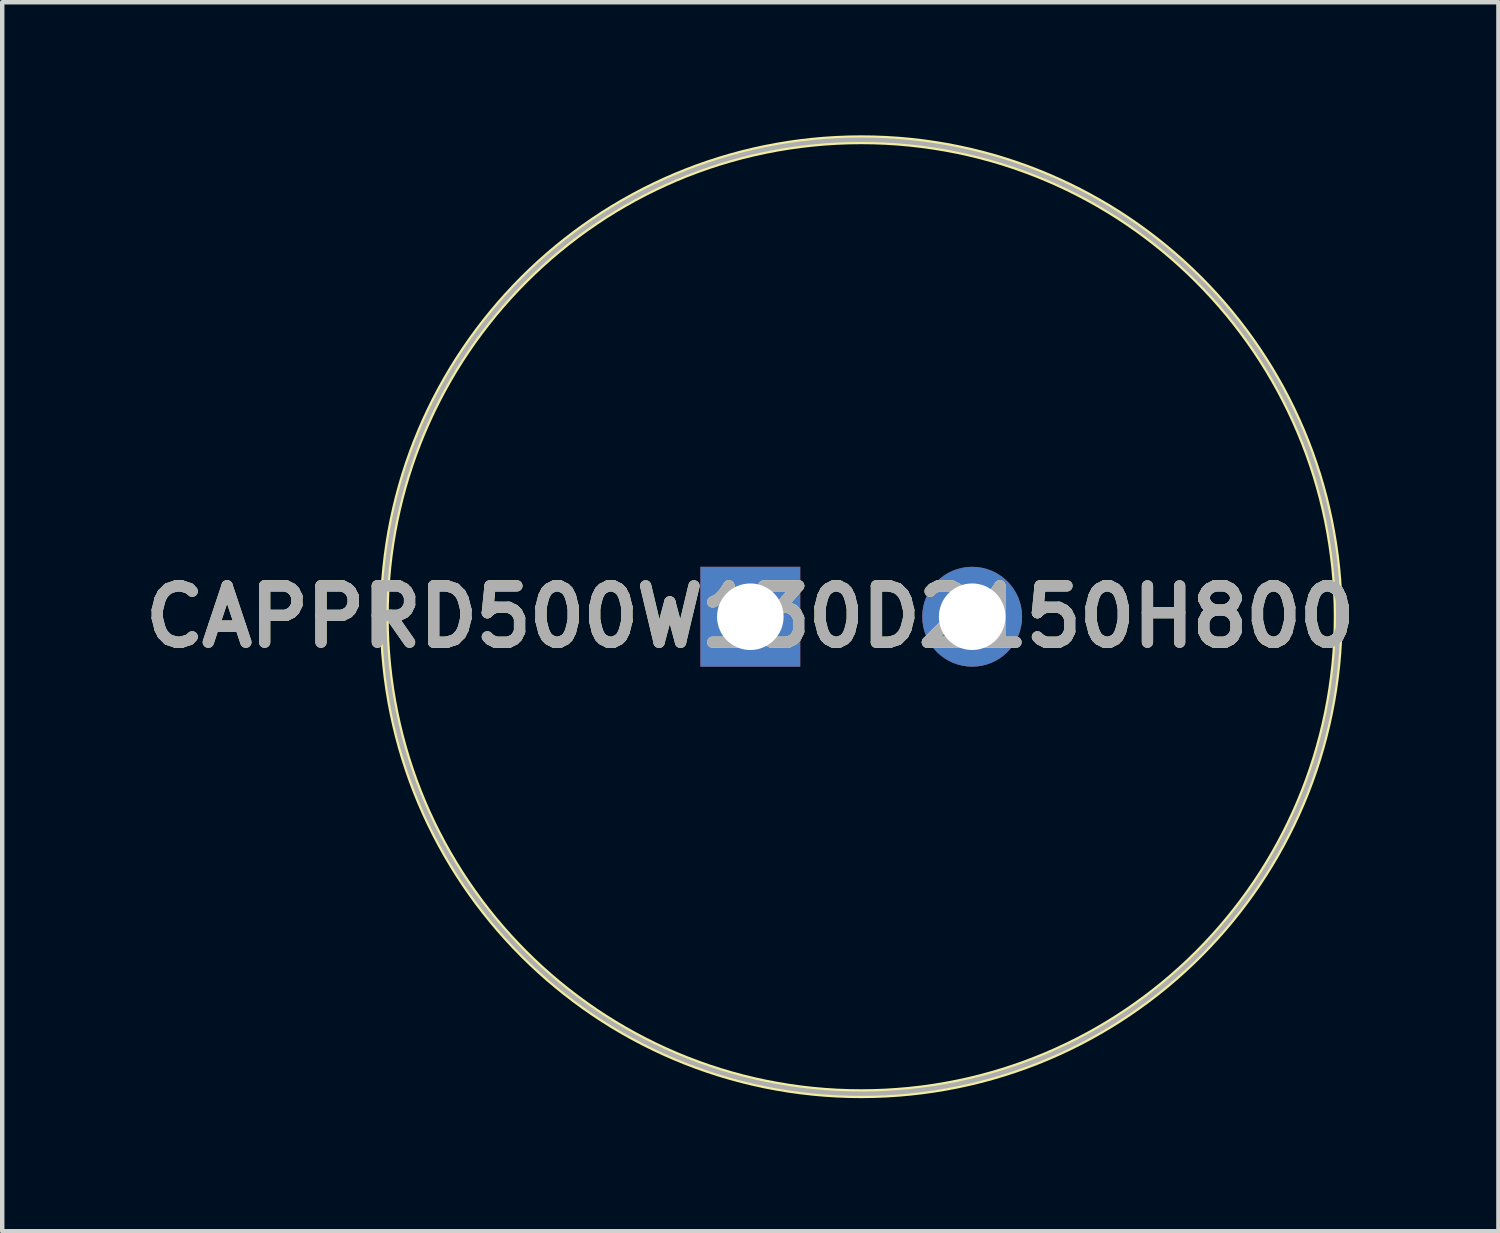
<source format=kicad_pcb>
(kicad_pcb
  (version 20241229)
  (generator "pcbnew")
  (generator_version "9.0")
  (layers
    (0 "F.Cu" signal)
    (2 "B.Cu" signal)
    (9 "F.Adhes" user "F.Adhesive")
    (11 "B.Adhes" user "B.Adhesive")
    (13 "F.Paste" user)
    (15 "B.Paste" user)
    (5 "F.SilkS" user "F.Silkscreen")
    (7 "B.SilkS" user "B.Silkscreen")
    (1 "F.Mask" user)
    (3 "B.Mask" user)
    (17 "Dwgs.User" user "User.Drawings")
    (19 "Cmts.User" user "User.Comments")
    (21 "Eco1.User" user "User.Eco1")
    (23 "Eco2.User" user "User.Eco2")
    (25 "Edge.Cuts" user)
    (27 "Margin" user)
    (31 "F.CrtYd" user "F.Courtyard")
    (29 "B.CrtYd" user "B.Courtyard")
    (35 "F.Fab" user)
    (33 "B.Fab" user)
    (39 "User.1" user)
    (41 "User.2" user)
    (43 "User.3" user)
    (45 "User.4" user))
  (footprint "CAPPRD500W130D2150H800"
    (layer "F.Cu")
    (at 13.861 10.85)
    (property "Reference" "CAPPRD500W130D2150H800" (at 0 0 0) (layer "F.SilkS") (effects (font (size 1.27 1.27) (thickness 0.254))))
    (attr through_hole)
    (fp_circle (center 2.5 0) (end 2.5 10.75) (stroke (width 0.2) (type solid)) (fill no) (layer "F.SilkS"))
    (fp_circle (center 2.5 0) (end 2.5 10.75) (stroke (width 0.1) (type solid)) (fill no) (layer "F.Fab"))
    (fp_text user "${REFERENCE}" (at 0 0 0) (layer "F.Fab") (effects (font (size 1.27 1.27) (thickness 0.254))))
    (pad "1" thru_hole rect (at 0 0) (size 2.25 2.25) (drill 1.5) (layers "*.Cu" "*.Mask"))
    (pad "2" thru_hole circle (at 5 0) (size 2.25 2.25) (drill 1.5) (layers "*.Cu" "*.Mask")))
  (gr_rect
    (start -3 -3)
    (end 30.722 24.7)
    (stroke (width 0.1) (type default))
    (fill no)
    (layer "Edge.Cuts")))
</source>
